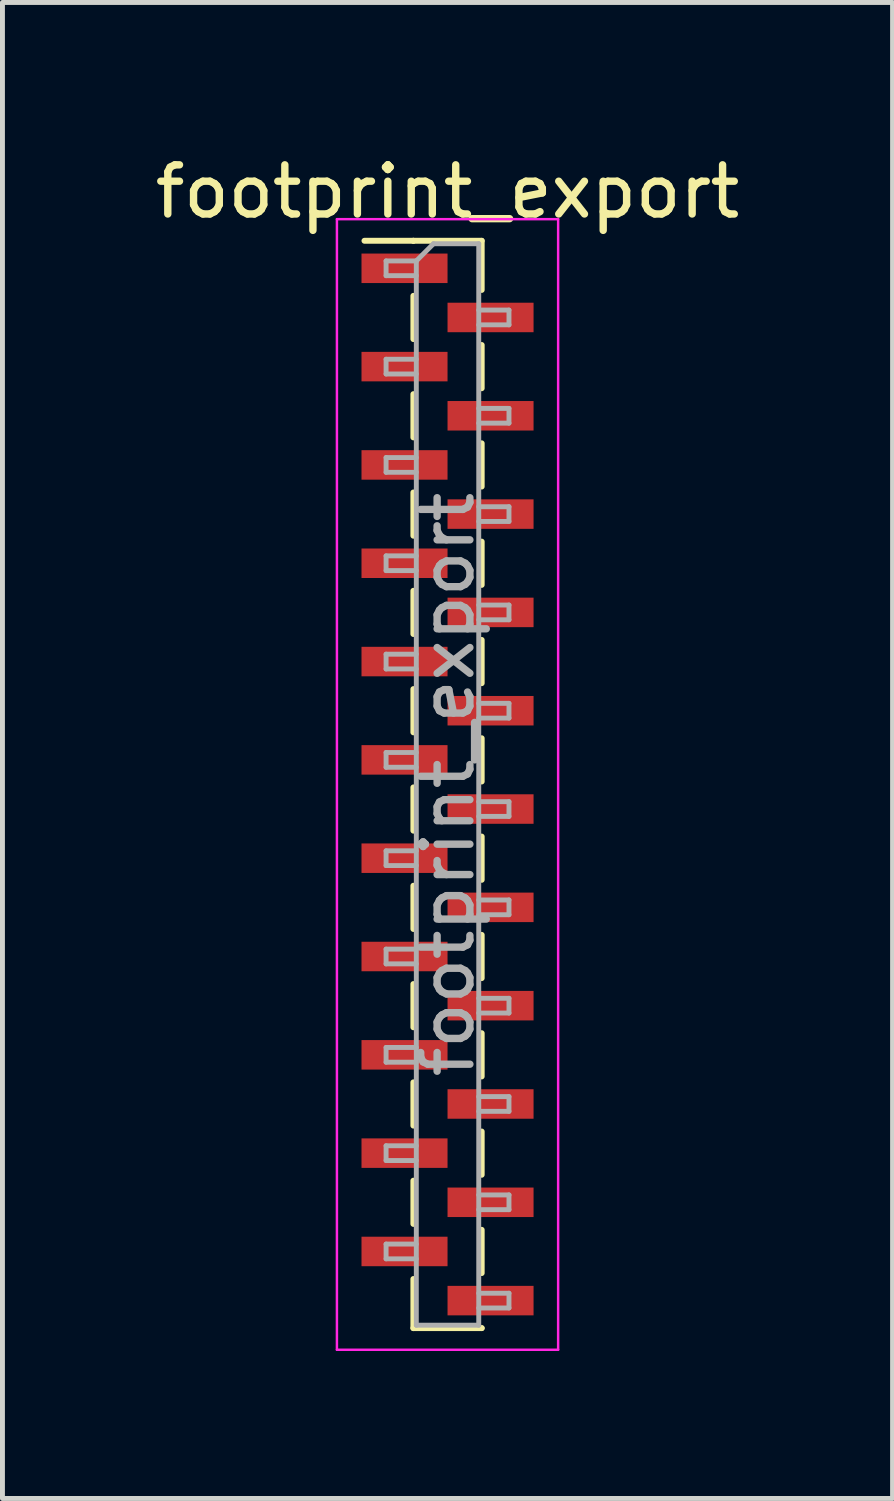
<source format=kicad_pcb>
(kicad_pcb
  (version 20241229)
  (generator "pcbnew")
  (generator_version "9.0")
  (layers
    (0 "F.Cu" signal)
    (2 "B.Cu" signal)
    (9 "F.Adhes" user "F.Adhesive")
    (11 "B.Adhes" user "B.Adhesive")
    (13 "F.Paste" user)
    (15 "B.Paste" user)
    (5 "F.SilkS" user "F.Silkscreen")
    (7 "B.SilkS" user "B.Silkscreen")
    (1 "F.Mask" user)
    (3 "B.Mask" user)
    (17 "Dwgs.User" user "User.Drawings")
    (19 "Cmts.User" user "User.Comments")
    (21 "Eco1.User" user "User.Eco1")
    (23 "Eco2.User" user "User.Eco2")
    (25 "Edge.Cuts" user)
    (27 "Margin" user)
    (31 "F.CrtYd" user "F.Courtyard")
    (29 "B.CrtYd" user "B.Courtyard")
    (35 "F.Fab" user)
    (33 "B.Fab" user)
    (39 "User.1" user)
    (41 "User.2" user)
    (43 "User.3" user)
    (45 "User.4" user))
  (footprint "footprint_export"
    (layer "F.Cu")
    (at 6.054 12.908)
    (property "Reference" "footprint_export" (at 0 -12.06 0) (layer "F.SilkS") (effects (font (size 1 1) (thickness 0.15))))
    (attr smd)
    (fp_line (start -0.695 -11.06) (end -1.69 -11.06) (stroke (width 0.12) (type solid)) (layer "F.SilkS"))
    (fp_line (start -0.695 -11.06) (end -0.695 -11.06) (stroke (width 0.12) (type solid)) (layer "F.SilkS"))
    (fp_line (start -0.695 -11.06) (end 0.695 -11.06) (stroke (width 0.12) (type solid)) (layer "F.SilkS"))
    (fp_line (start -0.695 -9.94) (end -0.695 -9.06) (stroke (width 0.12) (type solid)) (layer "F.SilkS"))
    (fp_line (start -0.695 -7.94) (end -0.695 -7.06) (stroke (width 0.12) (type solid)) (layer "F.SilkS"))
    (fp_line (start -0.695 -5.94) (end -0.695 -5.06) (stroke (width 0.12) (type solid)) (layer "F.SilkS"))
    (fp_line (start -0.695 -3.94) (end -0.695 -3.06) (stroke (width 0.12) (type solid)) (layer "F.SilkS"))
    (fp_line (start -0.695 -1.94) (end -0.695 -1.06) (stroke (width 0.12) (type solid)) (layer "F.SilkS"))
    (fp_line (start -0.695 0.06) (end -0.695 0.94) (stroke (width 0.12) (type solid)) (layer "F.SilkS"))
    (fp_line (start -0.695 2.06) (end -0.695 2.94) (stroke (width 0.12) (type solid)) (layer "F.SilkS"))
    (fp_line (start -0.695 4.06) (end -0.695 4.94) (stroke (width 0.12) (type solid)) (layer "F.SilkS"))
    (fp_line (start -0.695 6.06) (end -0.695 6.94) (stroke (width 0.12) (type solid)) (layer "F.SilkS"))
    (fp_line (start -0.695 8.06) (end -0.695 8.94) (stroke (width 0.12) (type solid)) (layer "F.SilkS"))
    (fp_line (start -0.695 10.06) (end -0.695 11.06) (stroke (width 0.12) (type solid)) (layer "F.SilkS"))
    (fp_line (start -0.695 11.06) (end 0.695 11.06) (stroke (width 0.12) (type solid)) (layer "F.SilkS"))
    (fp_line (start 0.695 -11.06) (end 0.695 -10.06) (stroke (width 0.12) (type solid)) (layer "F.SilkS"))
    (fp_line (start 0.695 -8.94) (end 0.695 -8.06) (stroke (width 0.12) (type solid)) (layer "F.SilkS"))
    (fp_line (start 0.695 -6.94) (end 0.695 -6.06) (stroke (width 0.12) (type solid)) (layer "F.SilkS"))
    (fp_line (start 0.695 -4.94) (end 0.695 -4.06) (stroke (width 0.12) (type solid)) (layer "F.SilkS"))
    (fp_line (start 0.695 -2.94) (end 0.695 -2.06) (stroke (width 0.12) (type solid)) (layer "F.SilkS"))
    (fp_line (start 0.695 -0.94) (end 0.695 -0.06) (stroke (width 0.12) (type solid)) (layer "F.SilkS"))
    (fp_line (start 0.695 1.06) (end 0.695 1.94) (stroke (width 0.12) (type solid)) (layer "F.SilkS"))
    (fp_line (start 0.695 3.06) (end 0.695 3.94) (stroke (width 0.12) (type solid)) (layer "F.SilkS"))
    (fp_line (start 0.695 5.06) (end 0.695 5.94) (stroke (width 0.12) (type solid)) (layer "F.SilkS"))
    (fp_line (start 0.695 7.06) (end 0.695 7.94) (stroke (width 0.12) (type solid)) (layer "F.SilkS"))
    (fp_line (start 0.695 9.06) (end 0.695 9.94) (stroke (width 0.12) (type solid)) (layer "F.SilkS"))
    (fp_line (start 0.695 11.06) (end 0.695 11.06) (stroke (width 0.12) (type solid)) (layer "F.SilkS"))
    (fp_line (start -2.25 -11.5) (end -2.25 11.5) (stroke (width 0.05) (type solid)) (layer "F.CrtYd"))
    (fp_line (start -2.25 11.5) (end 2.25 11.5) (stroke (width 0.05) (type solid)) (layer "F.CrtYd"))
    (fp_line (start 2.25 -11.5) (end -2.25 -11.5) (stroke (width 0.05) (type solid)) (layer "F.CrtYd"))
    (fp_line (start 2.25 11.5) (end 2.25 -11.5) (stroke (width 0.05) (type solid)) (layer "F.CrtYd"))
    (fp_line (start -1.25 -10.65) (end -1.25 -10.35) (stroke (width 0.1) (type solid)) (layer "F.Fab"))
    (fp_line (start -1.25 -10.35) (end -0.635 -10.35) (stroke (width 0.1) (type solid)) (layer "F.Fab"))
    (fp_line (start -1.25 -8.65) (end -1.25 -8.35) (stroke (width 0.1) (type solid)) (layer "F.Fab"))
    (fp_line (start -1.25 -8.35) (end -0.635 -8.35) (stroke (width 0.1) (type solid)) (layer "F.Fab"))
    (fp_line (start -1.25 -6.65) (end -1.25 -6.35) (stroke (width 0.1) (type solid)) (layer "F.Fab"))
    (fp_line (start -1.25 -6.35) (end -0.635 -6.35) (stroke (width 0.1) (type solid)) (layer "F.Fab"))
    (fp_line (start -1.25 -4.65) (end -1.25 -4.35) (stroke (width 0.1) (type solid)) (layer "F.Fab"))
    (fp_line (start -1.25 -4.35) (end -0.635 -4.35) (stroke (width 0.1) (type solid)) (layer "F.Fab"))
    (fp_line (start -1.25 -2.65) (end -1.25 -2.35) (stroke (width 0.1) (type solid)) (layer "F.Fab"))
    (fp_line (start -1.25 -2.35) (end -0.635 -2.35) (stroke (width 0.1) (type solid)) (layer "F.Fab"))
    (fp_line (start -1.25 -0.65) (end -1.25 -0.35) (stroke (width 0.1) (type solid)) (layer "F.Fab"))
    (fp_line (start -1.25 -0.35) (end -0.635 -0.35) (stroke (width 0.1) (type solid)) (layer "F.Fab"))
    (fp_line (start -1.25 1.35) (end -1.25 1.65) (stroke (width 0.1) (type solid)) (layer "F.Fab"))
    (fp_line (start -1.25 1.65) (end -0.635 1.65) (stroke (width 0.1) (type solid)) (layer "F.Fab"))
    (fp_line (start -1.25 3.35) (end -1.25 3.65) (stroke (width 0.1) (type solid)) (layer "F.Fab"))
    (fp_line (start -1.25 3.65) (end -0.635 3.65) (stroke (width 0.1) (type solid)) (layer "F.Fab"))
    (fp_line (start -1.25 5.35) (end -1.25 5.65) (stroke (width 0.1) (type solid)) (layer "F.Fab"))
    (fp_line (start -1.25 5.65) (end -0.635 5.65) (stroke (width 0.1) (type solid)) (layer "F.Fab"))
    (fp_line (start -1.25 7.35) (end -1.25 7.65) (stroke (width 0.1) (type solid)) (layer "F.Fab"))
    (fp_line (start -1.25 7.65) (end -0.635 7.65) (stroke (width 0.1) (type solid)) (layer "F.Fab"))
    (fp_line (start -1.25 9.35) (end -1.25 9.65) (stroke (width 0.1) (type solid)) (layer "F.Fab"))
    (fp_line (start -1.25 9.65) (end -0.635 9.65) (stroke (width 0.1) (type solid)) (layer "F.Fab"))
    (fp_line (start -0.635 -10.65) (end -1.25 -10.65) (stroke (width 0.1) (type solid)) (layer "F.Fab"))
    (fp_line (start -0.635 -10.65) (end -0.285 -11) (stroke (width 0.1) (type solid)) (layer "F.Fab"))
    (fp_line (start -0.635 -8.65) (end -1.25 -8.65) (stroke (width 0.1) (type solid)) (layer "F.Fab"))
    (fp_line (start -0.635 -6.65) (end -1.25 -6.65) (stroke (width 0.1) (type solid)) (layer "F.Fab"))
    (fp_line (start -0.635 -4.65) (end -1.25 -4.65) (stroke (width 0.1) (type solid)) (layer "F.Fab"))
    (fp_line (start -0.635 -2.65) (end -1.25 -2.65) (stroke (width 0.1) (type solid)) (layer "F.Fab"))
    (fp_line (start -0.635 -0.65) (end -1.25 -0.65) (stroke (width 0.1) (type solid)) (layer "F.Fab"))
    (fp_line (start -0.635 1.35) (end -1.25 1.35) (stroke (width 0.1) (type solid)) (layer "F.Fab"))
    (fp_line (start -0.635 3.35) (end -1.25 3.35) (stroke (width 0.1) (type solid)) (layer "F.Fab"))
    (fp_line (start -0.635 5.35) (end -1.25 5.35) (stroke (width 0.1) (type solid)) (layer "F.Fab"))
    (fp_line (start -0.635 7.35) (end -1.25 7.35) (stroke (width 0.1) (type solid)) (layer "F.Fab"))
    (fp_line (start -0.635 9.35) (end -1.25 9.35) (stroke (width 0.1) (type solid)) (layer "F.Fab"))
    (fp_line (start -0.635 11) (end -0.635 -10.65) (stroke (width 0.1) (type solid)) (layer "F.Fab"))
    (fp_line (start -0.285 -11) (end 0.635 -11) (stroke (width 0.1) (type solid)) (layer "F.Fab"))
    (fp_line (start 0.635 -11) (end 0.635 11) (stroke (width 0.1) (type solid)) (layer "F.Fab"))
    (fp_line (start 0.635 -9.65) (end 1.25 -9.65) (stroke (width 0.1) (type solid)) (layer "F.Fab"))
    (fp_line (start 0.635 -7.65) (end 1.25 -7.65) (stroke (width 0.1) (type solid)) (layer "F.Fab"))
    (fp_line (start 0.635 -5.65) (end 1.25 -5.65) (stroke (width 0.1) (type solid)) (layer "F.Fab"))
    (fp_line (start 0.635 -3.65) (end 1.25 -3.65) (stroke (width 0.1) (type solid)) (layer "F.Fab"))
    (fp_line (start 0.635 -1.65) (end 1.25 -1.65) (stroke (width 0.1) (type solid)) (layer "F.Fab"))
    (fp_line (start 0.635 0.35) (end 1.25 0.35) (stroke (width 0.1) (type solid)) (layer "F.Fab"))
    (fp_line (start 0.635 2.35) (end 1.25 2.35) (stroke (width 0.1) (type solid)) (layer "F.Fab"))
    (fp_line (start 0.635 4.35) (end 1.25 4.35) (stroke (width 0.1) (type solid)) (layer "F.Fab"))
    (fp_line (start 0.635 6.35) (end 1.25 6.35) (stroke (width 0.1) (type solid)) (layer "F.Fab"))
    (fp_line (start 0.635 8.35) (end 1.25 8.35) (stroke (width 0.1) (type solid)) (layer "F.Fab"))
    (fp_line (start 0.635 10.35) (end 1.25 10.35) (stroke (width 0.1) (type solid)) (layer "F.Fab"))
    (fp_line (start 0.635 11) (end -0.635 11) (stroke (width 0.1) (type solid)) (layer "F.Fab"))
    (fp_line (start 1.25 -9.65) (end 1.25 -9.35) (stroke (width 0.1) (type solid)) (layer "F.Fab"))
    (fp_line (start 1.25 -9.35) (end 0.635 -9.35) (stroke (width 0.1) (type solid)) (layer "F.Fab"))
    (fp_line (start 1.25 -7.65) (end 1.25 -7.35) (stroke (width 0.1) (type solid)) (layer "F.Fab"))
    (fp_line (start 1.25 -7.35) (end 0.635 -7.35) (stroke (width 0.1) (type solid)) (layer "F.Fab"))
    (fp_line (start 1.25 -5.65) (end 1.25 -5.35) (stroke (width 0.1) (type solid)) (layer "F.Fab"))
    (fp_line (start 1.25 -5.35) (end 0.635 -5.35) (stroke (width 0.1) (type solid)) (layer "F.Fab"))
    (fp_line (start 1.25 -3.65) (end 1.25 -3.35) (stroke (width 0.1) (type solid)) (layer "F.Fab"))
    (fp_line (start 1.25 -3.35) (end 0.635 -3.35) (stroke (width 0.1) (type solid)) (layer "F.Fab"))
    (fp_line (start 1.25 -1.65) (end 1.25 -1.35) (stroke (width 0.1) (type solid)) (layer "F.Fab"))
    (fp_line (start 1.25 -1.35) (end 0.635 -1.35) (stroke (width 0.1) (type solid)) (layer "F.Fab"))
    (fp_line (start 1.25 0.35) (end 1.25 0.65) (stroke (width 0.1) (type solid)) (layer "F.Fab"))
    (fp_line (start 1.25 0.65) (end 0.635 0.65) (stroke (width 0.1) (type solid)) (layer "F.Fab"))
    (fp_line (start 1.25 2.35) (end 1.25 2.65) (stroke (width 0.1) (type solid)) (layer "F.Fab"))
    (fp_line (start 1.25 2.65) (end 0.635 2.65) (stroke (width 0.1) (type solid)) (layer "F.Fab"))
    (fp_line (start 1.25 4.35) (end 1.25 4.65) (stroke (width 0.1) (type solid)) (layer "F.Fab"))
    (fp_line (start 1.25 4.65) (end 0.635 4.65) (stroke (width 0.1) (type solid)) (layer "F.Fab"))
    (fp_line (start 1.25 6.35) (end 1.25 6.65) (stroke (width 0.1) (type solid)) (layer "F.Fab"))
    (fp_line (start 1.25 6.65) (end 0.635 6.65) (stroke (width 0.1) (type solid)) (layer "F.Fab"))
    (fp_line (start 1.25 8.35) (end 1.25 8.65) (stroke (width 0.1) (type solid)) (layer "F.Fab"))
    (fp_line (start 1.25 8.65) (end 0.635 8.65) (stroke (width 0.1) (type solid)) (layer "F.Fab"))
    (fp_line (start 1.25 10.35) (end 1.25 10.65) (stroke (width 0.1) (type solid)) (layer "F.Fab"))
    (fp_line (start 1.25 10.65) (end 0.635 10.65) (stroke (width 0.1) (type solid)) (layer "F.Fab"))
    (fp_text user "${REFERENCE}" (at 0 0 90) (layer "F.Fab") (effects (font (size 1 1) (thickness 0.15))))
    (pad "1" smd rect (at -0.875 -10.5) (size 1.75 0.6) (layers "F.Cu" "F.Mask" "F.Paste"))
    (pad "2" smd rect (at 0.875 -9.5) (size 1.75 0.6) (layers "F.Cu" "F.Mask" "F.Paste"))
    (pad "3" smd rect (at -0.875 -8.5) (size 1.75 0.6) (layers "F.Cu" "F.Mask" "F.Paste"))
    (pad "4" smd rect (at 0.875 -7.5) (size 1.75 0.6) (layers "F.Cu" "F.Mask" "F.Paste"))
    (pad "5" smd rect (at -0.875 -6.5) (size 1.75 0.6) (layers "F.Cu" "F.Mask" "F.Paste"))
    (pad "6" smd rect (at 0.875 -5.5) (size 1.75 0.6) (layers "F.Cu" "F.Mask" "F.Paste"))
    (pad "7" smd rect (at -0.875 -4.5) (size 1.75 0.6) (layers "F.Cu" "F.Mask" "F.Paste"))
    (pad "8" smd rect (at 0.875 -3.5) (size 1.75 0.6) (layers "F.Cu" "F.Mask" "F.Paste"))
    (pad "9" smd rect (at -0.875 -2.5) (size 1.75 0.6) (layers "F.Cu" "F.Mask" "F.Paste"))
    (pad "10" smd rect (at 0.875 -1.5) (size 1.75 0.6) (layers "F.Cu" "F.Mask" "F.Paste"))
    (pad "11" smd rect (at -0.875 -0.5) (size 1.75 0.6) (layers "F.Cu" "F.Mask" "F.Paste"))
    (pad "12" smd rect (at 0.875 0.5) (size 1.75 0.6) (layers "F.Cu" "F.Mask" "F.Paste"))
    (pad "13" smd rect (at -0.875 1.5) (size 1.75 0.6) (layers "F.Cu" "F.Mask" "F.Paste"))
    (pad "14" smd rect (at 0.875 2.5) (size 1.75 0.6) (layers "F.Cu" "F.Mask" "F.Paste"))
    (pad "15" smd rect (at -0.875 3.5) (size 1.75 0.6) (layers "F.Cu" "F.Mask" "F.Paste"))
    (pad "16" smd rect (at 0.875 4.5) (size 1.75 0.6) (layers "F.Cu" "F.Mask" "F.Paste"))
    (pad "17" smd rect (at -0.875 5.5) (size 1.75 0.6) (layers "F.Cu" "F.Mask" "F.Paste"))
    (pad "18" smd rect (at 0.875 6.5) (size 1.75 0.6) (layers "F.Cu" "F.Mask" "F.Paste"))
    (pad "19" smd rect (at -0.875 7.5) (size 1.75 0.6) (layers "F.Cu" "F.Mask" "F.Paste"))
    (pad "20" smd rect (at 0.875 8.5) (size 1.75 0.6) (layers "F.Cu" "F.Mask" "F.Paste"))
    (pad "21" smd rect (at -0.875 9.5) (size 1.75 0.6) (layers "F.Cu" "F.Mask" "F.Paste"))
    (pad "22" smd rect (at 0.875 10.5) (size 1.75 0.6) (layers "F.Cu" "F.Mask" "F.Paste")))
  (gr_rect
    (start -3 -3)
    (end 15.107 27.433)
    (stroke (width 0.1) (type default))
    (fill no)
    (layer "Edge.Cuts")))
</source>
